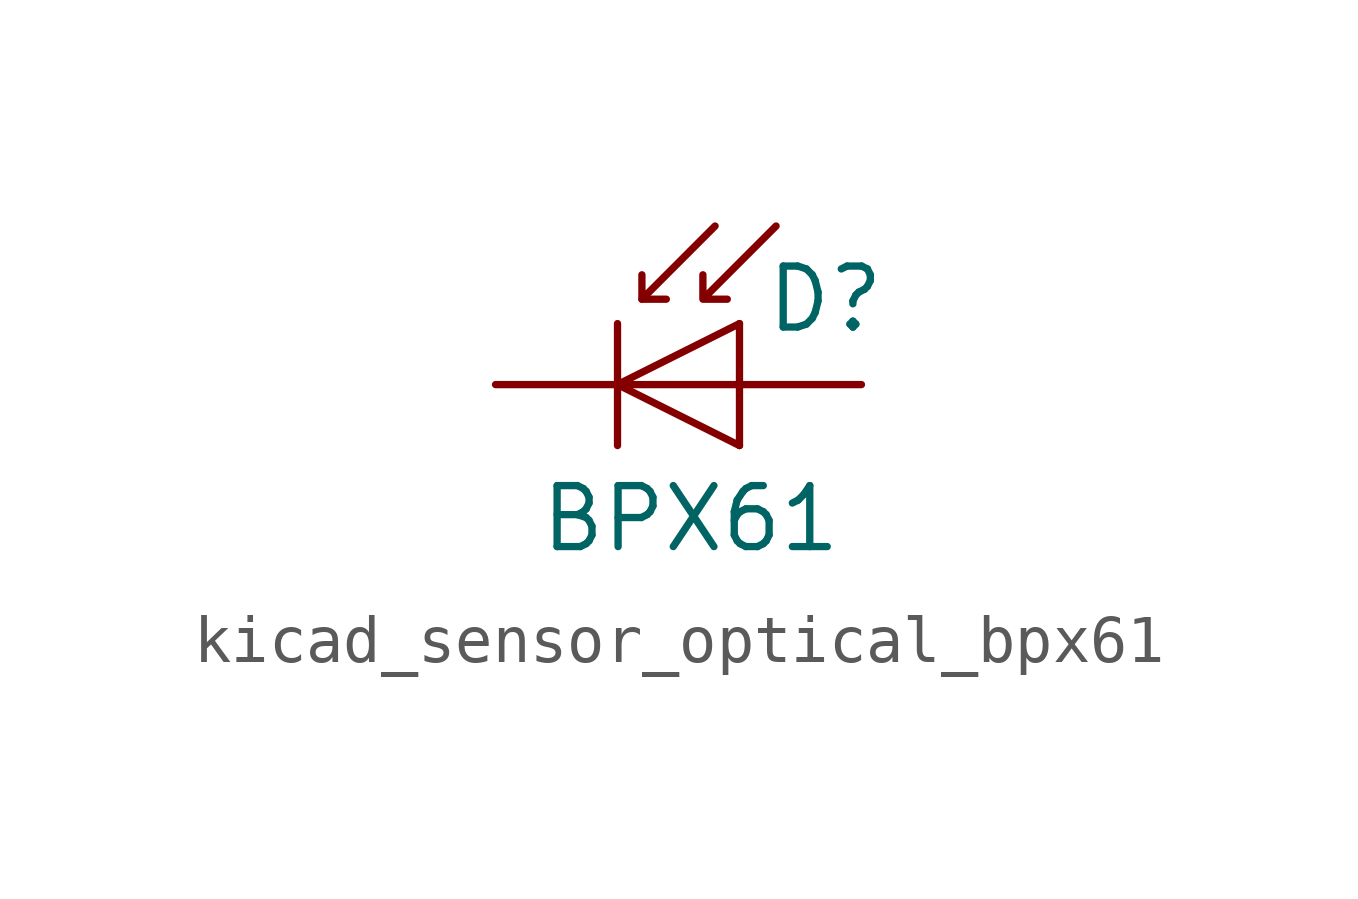
<source format=kicad_sym>
(kicad_symbol_lib
  (version 20220914)
  (generator kicad_symbol_editor)
  (symbol "kicad_sensor_optical_bpx61"
    (pin_numbers hide)
    (pin_names hide)
    (property "Reference" "D"
      (at 0.508 1.778 0)
      (effects (font (size 1.27 1.27)) (justify left)))
    (property "Value" "BPX61"
      (at -1.016 -2.794 0)
      (effects (font (size 1.27 1.27))))
    (symbol "kicad_sensor_optical_bpx61_0_1"
      (polyline (pts (xy -2.54 1.27) (xy -2.54 -1.27)) (stroke (width 0.152) (type default)) (fill (type none)))
      (polyline (pts (xy -2.032 1.778) (xy -1.524 1.778)) (stroke (width 0) (type default)) (fill (type none)))
      (polyline (pts (xy 0 0) (xy -2.54 0)) (stroke (width 0) (type default)) (fill (type none)))
      (polyline (pts (xy 0 1.27) (xy 0 -1.27)) (stroke (width 0) (type default)) (fill (type none)))
      (polyline (pts (xy -0.508 3.302) (xy -2.032 1.778) (xy -2.032 2.286)) (stroke (width 0) (type default)) (fill (type none)))
      (polyline (pts (xy 0 1.27) (xy -2.54 0) (xy 0 -1.27)) (stroke (width 0) (type default)) (fill (type none)))
      (polyline (pts (xy 0.762 3.302) (xy -0.762 1.778) (xy -0.762 2.286) (xy -0.762 1.778) (xy -0.254 1.778)) (stroke (width 0) (type default)) (fill (type none))))
    (symbol "kicad_sensor_optical_bpx61_1_1"
      (pin passive line (at 2.54 0 180) (length 2.54) (name "A" (effects (font (size 1.27 1.27)))) (number "1" (effects (font (size 1.27 1.27)))))
      (pin passive line (at -5.08 0 0) (length 2.54) (name "K" (effects (font (size 1.27 1.27)))) (number "2" (effects (font (size 1.27 1.27))))))))
</source>
